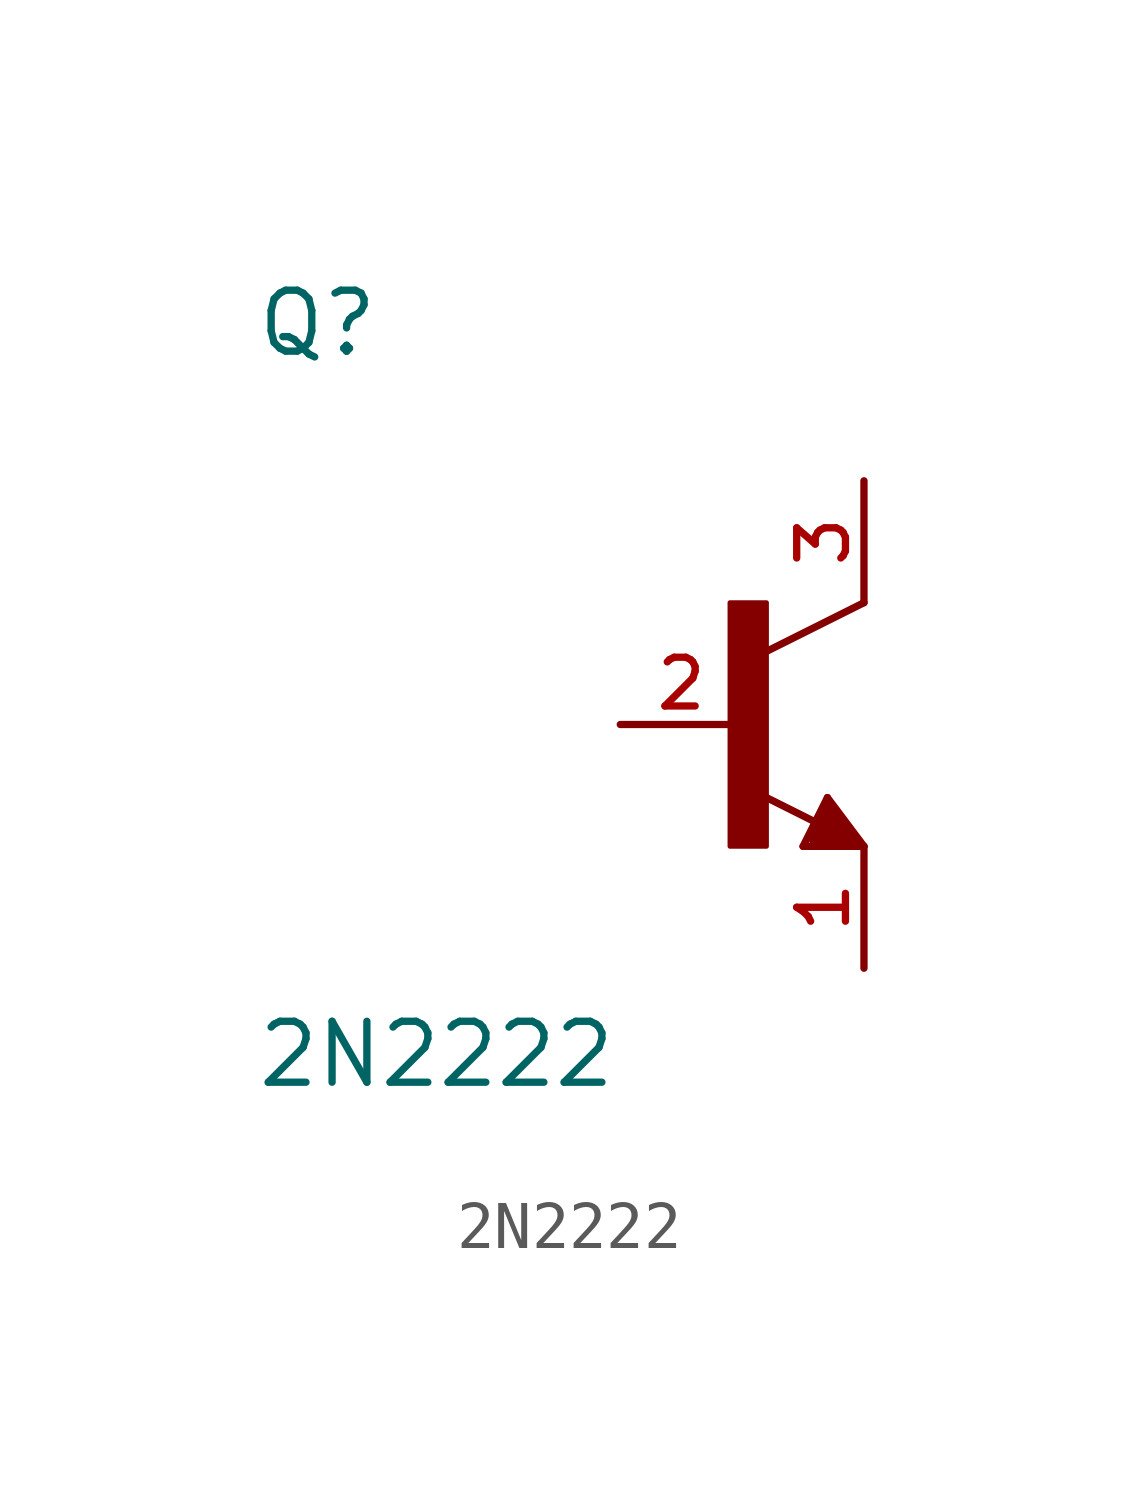
<source format=kicad_sym>
(kicad_symbol_lib
  (version 20211014)
  (generator kicad_symbol_editor)
  (symbol "2N2222"
    (pin_names
      (offset 1.016))
    (property "Reference" "Q"
      (at -10.16 7.62 0)
      (effects (font (size 1.27 1.27)) (justify bottom left)))
    (property "Value" "2N2222"
      (at -10.16 -7.62 0)
      (effects (font (size 1.27 1.27)) (justify bottom left)))
    (symbol "2N2222_0_0"
      (polyline (pts (xy 2.54 2.54) (xy 0.508 1.524)) (stroke (width 0.152)))
      (polyline (pts (xy 1.778 -1.524) (xy 2.54 -2.54)) (stroke (width 0.152)))
      (polyline (pts (xy 2.54 -2.54) (xy 1.27 -2.54)) (stroke (width 0.152)))
      (polyline (pts (xy 1.27 -2.54) (xy 1.778 -1.524)) (stroke (width 0.152)))
      (polyline (pts (xy 1.54 -2.04) (xy 0.308 -1.424)) (stroke (width 0.152)))
      (polyline (pts (xy 1.524 -2.413) (xy 2.286 -2.413)) (stroke (width 0.254)))
      (polyline (pts (xy 2.286 -2.413) (xy 1.778 -1.778)) (stroke (width 0.254)))
      (polyline (pts (xy 1.778 -1.778) (xy 1.524 -2.286)) (stroke (width 0.254)))
      (polyline (pts (xy 1.524 -2.286) (xy 1.905 -2.286)) (stroke (width 0.254)))
      (polyline (pts (xy 1.905 -2.286) (xy 1.778 -2.032)) (stroke (width 0.254)))
      (rectangle (start -0.254 -2.54) (end 0.508 2.54) (stroke (width 0.1)) (fill (type outline)))
      (pin passive line (at -2.54 0.0 0) (length 2.54) (name "~" (effects (font (size 1.016 1.016)))) (number "2" (effects (font (size 1.016 1.016)))))
      (pin passive line (at 2.54 -5.08 90.0) (length 2.54) (name "~" (effects (font (size 1.016 1.016)))) (number "1" (effects (font (size 1.016 1.016)))))
      (pin passive line (at 2.54 5.08 270.0) (length 2.54) (name "~" (effects (font (size 1.016 1.016)))) (number "3" (effects (font (size 1.016 1.016))))))))
</source>
